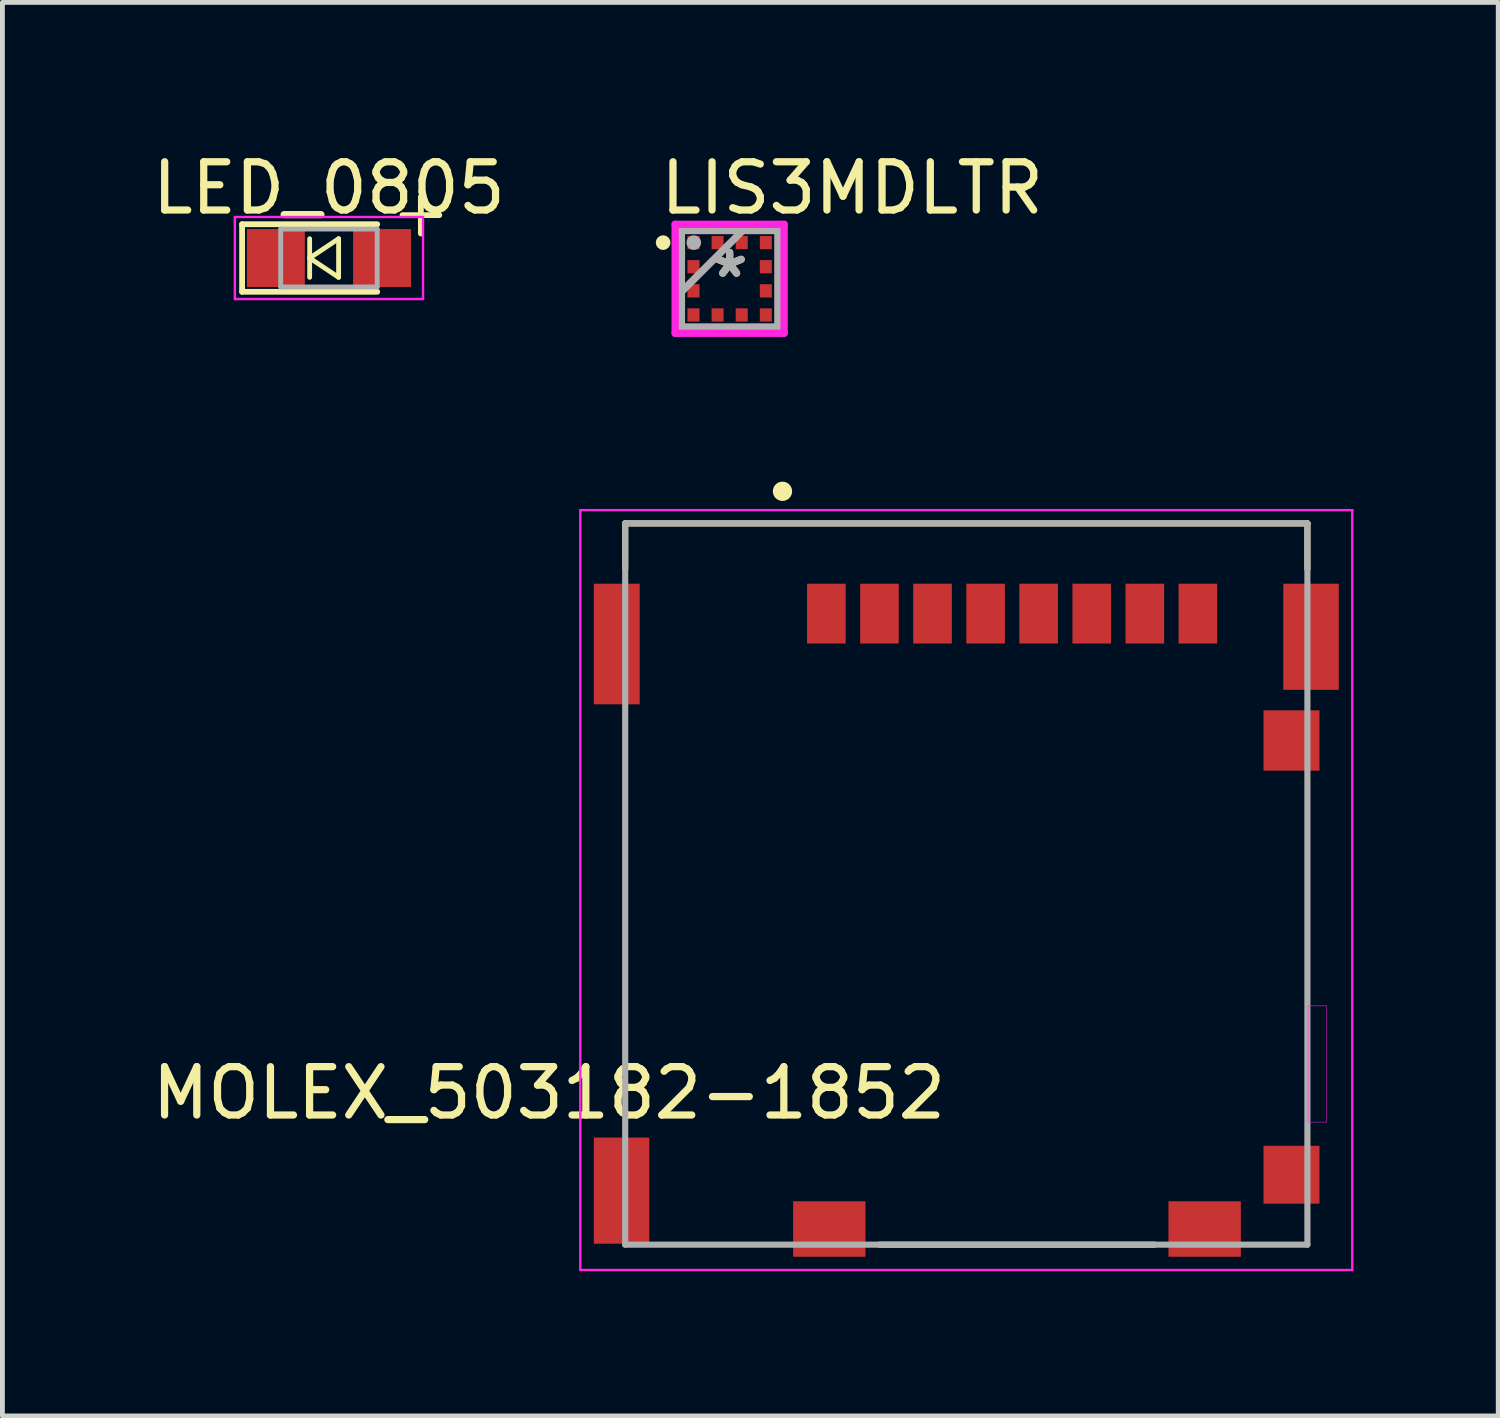
<source format=kicad_pcb>
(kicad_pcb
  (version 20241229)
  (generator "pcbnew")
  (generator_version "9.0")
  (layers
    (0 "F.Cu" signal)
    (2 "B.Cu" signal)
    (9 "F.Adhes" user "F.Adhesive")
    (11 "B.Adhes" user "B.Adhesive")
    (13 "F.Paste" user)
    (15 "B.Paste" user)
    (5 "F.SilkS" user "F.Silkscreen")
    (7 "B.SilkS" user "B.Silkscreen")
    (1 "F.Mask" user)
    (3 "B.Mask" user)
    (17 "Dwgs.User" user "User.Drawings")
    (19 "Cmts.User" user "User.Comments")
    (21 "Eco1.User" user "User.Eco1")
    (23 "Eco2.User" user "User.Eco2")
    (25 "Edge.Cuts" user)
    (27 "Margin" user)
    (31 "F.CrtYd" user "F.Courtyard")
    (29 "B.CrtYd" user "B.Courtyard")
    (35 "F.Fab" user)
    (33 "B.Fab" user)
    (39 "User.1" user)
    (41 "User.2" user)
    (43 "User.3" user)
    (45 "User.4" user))
  (footprint "LED_0805"
    (layer "F.Cu")
    (at 3.768 2.298)
    (property "Reference" "LED_0805" (at 0 -1.45 0) (layer "F.SilkS") (effects (font (size 1 1) (thickness 0.15))))
    (attr smd)
    (fp_line (start -1.8 -0.7) (end -1.8 0.7) (stroke (width 0.12) (type solid)) (layer "F.SilkS"))
    (fp_line (start -1.8 -0.7) (end 1 -0.7) (stroke (width 0.12) (type solid)) (layer "F.SilkS"))
    (fp_line (start -1.8 0.7) (end 1 0.7) (stroke (width 0.12) (type solid)) (layer "F.SilkS"))
    (fp_line (start -0.4 -0.4) (end -0.4 0.4) (stroke (width 0.1) (type solid)) (layer "F.SilkS"))
    (fp_line (start -0.4 0) (end 0.2 -0.4) (stroke (width 0.1) (type solid)) (layer "F.SilkS"))
    (fp_line (start 0.2 -0.4) (end 0.2 0.4) (stroke (width 0.1) (type solid)) (layer "F.SilkS"))
    (fp_line (start 0.2 0.4) (end -0.4 0) (stroke (width 0.1) (type solid)) (layer "F.SilkS"))
    (fp_line (start 1.524 -0.889) (end 2.286 -0.889) (stroke (width 0.12) (type solid)) (layer "F.SilkS"))
    (fp_line (start 1.905 -1.143) (end 1.905 -1.27) (stroke (width 0.12) (type solid)) (layer "F.SilkS"))
    (fp_line (start 1.905 -1.143) (end 1.905 -0.508) (stroke (width 0.12) (type solid)) (layer "F.SilkS"))
    (fp_line (start -1.95 -0.85) (end 1.95 -0.85) (stroke (width 0.05) (type solid)) (layer "F.CrtYd"))
    (fp_line (start -1.95 0.85) (end -1.95 -0.85) (stroke (width 0.05) (type solid)) (layer "F.CrtYd"))
    (fp_line (start 1.95 -0.85) (end 1.95 0.85) (stroke (width 0.05) (type solid)) (layer "F.CrtYd"))
    (fp_line (start 1.95 0.85) (end -1.95 0.85) (stroke (width 0.05) (type solid)) (layer "F.CrtYd"))
    (fp_line (start -1 -0.6) (end 1 -0.6) (stroke (width 0.1) (type solid)) (layer "F.Fab"))
    (fp_line (start -1 0.6) (end -1 -0.6) (stroke (width 0.1) (type solid)) (layer "F.Fab"))
    (fp_line (start 1 -0.6) (end 1 0.6) (stroke (width 0.1) (type solid)) (layer "F.Fab"))
    (fp_line (start 1 0.6) (end -1 0.6) (stroke (width 0.1) (type solid)) (layer "F.Fab"))
    (pad "1" smd rect (at -1.1 0 180) (size 1.2 1.2) (layers "F.Cu" "F.Mask" "F.Paste"))
    (pad "2" smd rect (at 1.1 0 180) (size 1.2 1.2) (layers "F.Cu" "F.Mask" "F.Paste")))
  (footprint "LIS3MDLTR"
    (layer "F.Cu")
    (at 12.073 2.728)
    (property "Reference" "LIS3MDLTR" (at 2.54 -1.88 0) (layer "F.SilkS") (effects (font (size 1 1) (thickness 0.15))))
    (attr through_hole)
    (fp_circle (center -1.379 -0.75) (end -1.303 -0.75) (stroke (width 0.152) (type solid)) (fill no) (layer "F.SilkS"))
    (fp_line (start -1.129 -1.129) (end 1.129 -1.129) (stroke (width 0.152) (type solid)) (layer "F.CrtYd"))
    (fp_line (start -1.129 1.129) (end -1.129 -1.129) (stroke (width 0.152) (type solid)) (layer "F.CrtYd"))
    (fp_line (start 1.129 -1.129) (end 1.129 1.129) (stroke (width 0.152) (type solid)) (layer "F.CrtYd"))
    (fp_line (start 1.129 1.129) (end -1.129 1.129) (stroke (width 0.152) (type solid)) (layer "F.CrtYd"))
    (fp_line (start -1 -1) (end -1 1) (stroke (width 0.152) (type solid)) (layer "F.Fab"))
    (fp_line (start -1 0.27) (end 0.27 -1) (stroke (width 0.152) (type solid)) (layer "F.Fab"))
    (fp_line (start -1 1) (end 1 1) (stroke (width 0.152) (type solid)) (layer "F.Fab"))
    (fp_line (start 1 -1) (end -1 -1) (stroke (width 0.152) (type solid)) (layer "F.Fab"))
    (fp_line (start 1 1) (end 1 -1) (stroke (width 0.152) (type solid)) (layer "F.Fab"))
    (fp_circle (center -0.744 -0.75) (end -0.668 -0.75) (stroke (width 0.152) (type solid)) (fill no) (layer "F.Fab"))
    (fp_text user "*" (at 0 0 0) (layer "F.SilkS") (effects (font (size 1 1) (thickness 0.15))))
    (fp_text user "*" (at 0 0 0) (layer "F.Fab") (effects (font (size 1 1) (thickness 0.15))))
    (pad "1" smd rect (at -0.75 -0.75) (size 0.25 0.275) (layers "F.Cu" "F.Mask" "F.Paste"))
    (pad "2" smd rect (at -0.75 -0.25) (size 0.25 0.275) (layers "F.Cu" "F.Mask" "F.Paste"))
    (pad "3" smd rect (at -0.75 0.25) (size 0.25 0.275) (layers "F.Cu" "F.Mask" "F.Paste"))
    (pad "4" smd rect (at -0.75 0.75) (size 0.25 0.275) (layers "F.Cu" "F.Mask" "F.Paste"))
    (pad "5" smd rect (at -0.25 0.75 90) (size 0.275 0.25) (layers "F.Cu" "F.Mask" "F.Paste"))
    (pad "6" smd rect (at 0.25 0.75 90) (size 0.275 0.25) (layers "F.Cu" "F.Mask" "F.Paste"))
    (pad "7" smd rect (at 0.75 0.75) (size 0.25 0.275) (layers "F.Cu" "F.Mask" "F.Paste"))
    (pad "8" smd rect (at 0.75 0.25) (size 0.25 0.275) (layers "F.Cu" "F.Mask" "F.Paste"))
    (pad "9" smd rect (at 0.75 -0.25) (size 0.25 0.275) (layers "F.Cu" "F.Mask" "F.Paste"))
    (pad "10" smd rect (at 0.75 -0.75) (size 0.25 0.275) (layers "F.Cu" "F.Mask" "F.Paste"))
    (pad "11" smd rect (at 0.25 -0.75 90) (size 0.275 0.25) (layers "F.Cu" "F.Mask" "F.Paste"))
    (pad "12" smd rect (at -0.25 -0.75 90) (size 0.275 0.25) (layers "F.Cu" "F.Mask" "F.Paste")))
  (footprint "MOLEX_503182-1852"
    (layer "F.Cu")
    (at 16.978 16.023)
    (property "Reference" "MOLEX_503182-1852" (at -8.649 3.581 180) (layer "F.SilkS") (effects (font (size 1.002 1.002) (thickness 0.15))))
    (attr through_hole)
    (fp_line (start -7.07 -8.225) (end 7.07 -8.225) (stroke (width 0.127) (type solid)) (layer "F.SilkS"))
    (fp_line (start -7.07 -7.28) (end -7.07 -8.225) (stroke (width 0.127) (type solid)) (layer "F.SilkS"))
    (fp_line (start -1.8 6.725) (end 3.9 6.725) (stroke (width 0.127) (type solid)) (layer "F.SilkS"))
    (fp_line (start 7.07 -8.225) (end 7.07 -7.28) (stroke (width 0.127) (type solid)) (layer "F.SilkS"))
    (fp_circle (center -3.81 -8.89) (end -3.71 -8.89) (stroke (width 0.2) (type solid)) (fill no) (layer "F.SilkS"))
    (fp_line (start -8 -8.5) (end -8 7.25) (stroke (width 0.05) (type solid)) (layer "F.CrtYd"))
    (fp_line (start -8 7.25) (end 8 7.25) (stroke (width 0.05) (type solid)) (layer "F.CrtYd"))
    (fp_line (start 8 -8.5) (end -8 -8.5) (stroke (width 0.05) (type solid)) (layer "F.CrtYd"))
    (fp_line (start 8 7.25) (end 8 -8.5) (stroke (width 0.05) (type solid)) (layer "F.CrtYd"))
    (fp_poly (pts (xy 7.085 1.775) (xy 7.47 1.775) (xy 7.47 4.184) (xy 7.085 4.184)) (stroke (width 0.01) (type solid)) (fill no) (layer "F.CrtYd"))
    (fp_line (start -7.07 -8.225) (end 7.07 -8.225) (stroke (width 0.127) (type solid)) (layer "F.Fab"))
    (fp_line (start -7.07 6.725) (end -7.07 -8.225) (stroke (width 0.127) (type solid)) (layer "F.Fab"))
    (fp_line (start 7.07 -8.225) (end 7.07 6.725) (stroke (width 0.127) (type solid)) (layer "F.Fab"))
    (fp_line (start 7.07 6.725) (end -7.07 6.725) (stroke (width 0.127) (type solid)) (layer "F.Fab"))
    (pad "1" smd rect (at -2.9 -6.355) (size 0.8 1.24) (layers "F.Cu" "F.Mask" "F.Paste"))
    (pad "2" smd rect (at -1.8 -6.355) (size 0.8 1.24) (layers "F.Cu" "F.Mask" "F.Paste"))
    (pad "3" smd rect (at -0.7 -6.355) (size 0.8 1.24) (layers "F.Cu" "F.Mask" "F.Paste"))
    (pad "4" smd rect (at 0.4 -6.355) (size 0.8 1.24) (layers "F.Cu" "F.Mask" "F.Paste"))
    (pad "5" smd rect (at 1.5 -6.355) (size 0.8 1.24) (layers "F.Cu" "F.Mask" "F.Paste"))
    (pad "6" smd rect (at 2.6 -6.355) (size 0.8 1.24) (layers "F.Cu" "F.Mask" "F.Paste"))
    (pad "7" smd rect (at 3.7 -6.355) (size 0.8 1.24) (layers "F.Cu" "F.Mask" "F.Paste"))
    (pad "8" smd rect (at 4.8 -6.355) (size 0.8 1.24) (layers "F.Cu" "F.Mask" "F.Paste"))
    (pad "DT" smd rect (at 6.74 5.275) (size 1.16 1.2) (layers "F.Cu" "F.Mask" "F.Paste"))
    (pad "P1" smd rect (at -7.245 -5.725) (size 0.95 2.5) (layers "F.Cu" "F.Mask" "F.Paste"))
    (pad "P2" smd rect (at 7.145 -5.875) (size 1.15 2.2) (layers "F.Cu" "F.Mask" "F.Paste"))
    (pad "P3" smd rect (at -7.145 5.605) (size 1.15 2.2) (layers "F.Cu" "F.Mask" "F.Paste"))
    (pad "P4" smd rect (at -2.84 6.4) (size 1.5 1.15) (layers "F.Cu" "F.Mask" "F.Paste"))
    (pad "P5" smd rect (at 4.94 6.4) (size 1.5 1.15) (layers "F.Cu" "F.Mask" "F.Paste"))
    (pad "SW" smd rect (at 6.74 -3.725) (size 1.16 1.25) (layers "F.Cu" "F.Mask" "F.Paste"))
    (zone (net_name "") (layer "F.Cu") (hatch full 0.508) (connect_pads) (min_thickness 0.01) (filled_areas_thickness no) (keepout (tracks not_allowed) (vias not_allowed) (pads not_allowed) (copperpour not_allowed) (footprints allowed)) (placement (enabled no)) (fill) (polygon (pts (xy 13.318 15.298) (xy 22.528 15.298) (xy 22.528 18.705) (xy 13.318 18.705))))
    (zone (net_name "") (layer "F.Cu") (hatch full 0.508) (connect_pads) (min_thickness 0.01) (filled_areas_thickness no) (keepout (tracks not_allowed) (vias not_allowed) (pads not_allowed) (copperpour not_allowed) (footprints allowed)) (placement (enabled no)) (fill) (polygon (pts (xy 13.32 10.538) (xy 22.528 10.538) (xy 22.528 15.297) (xy 13.32 15.297))))
    (zone (net_name "") (layers "F.Cu" "B.Cu") (hatch full 0.508) (connect_pads) (min_thickness 0.01) (filled_areas_thickness no) (keepout (tracks allowed) (vias not_allowed) (pads allowed) (copperpour allowed) (footprints allowed)) (placement (enabled no)) (fill) (polygon (pts (xy 13.322 10.538) (xy 22.528 10.538) (xy 22.528 15.297) (xy 13.322 15.297))))
    (zone (net_name "") (layer "B.Cu") (hatch full 0.508) (connect_pads) (min_thickness 0.01) (filled_areas_thickness no) (keepout (tracks not_allowed) (vias not_allowed) (pads not_allowed) (copperpour not_allowed) (footprints allowed)) (placement (enabled no)) (fill) (polygon (pts (xy 13.323 10.538) (xy 22.528 10.538) (xy 22.528 15.297) (xy 13.323 15.297)))))
  (gr_rect
    (start -3 -3)
    (end 28.003 26.298)
    (stroke (width 0.1) (type default))
    (fill no)
    (layer "Edge.Cuts")))
</source>
